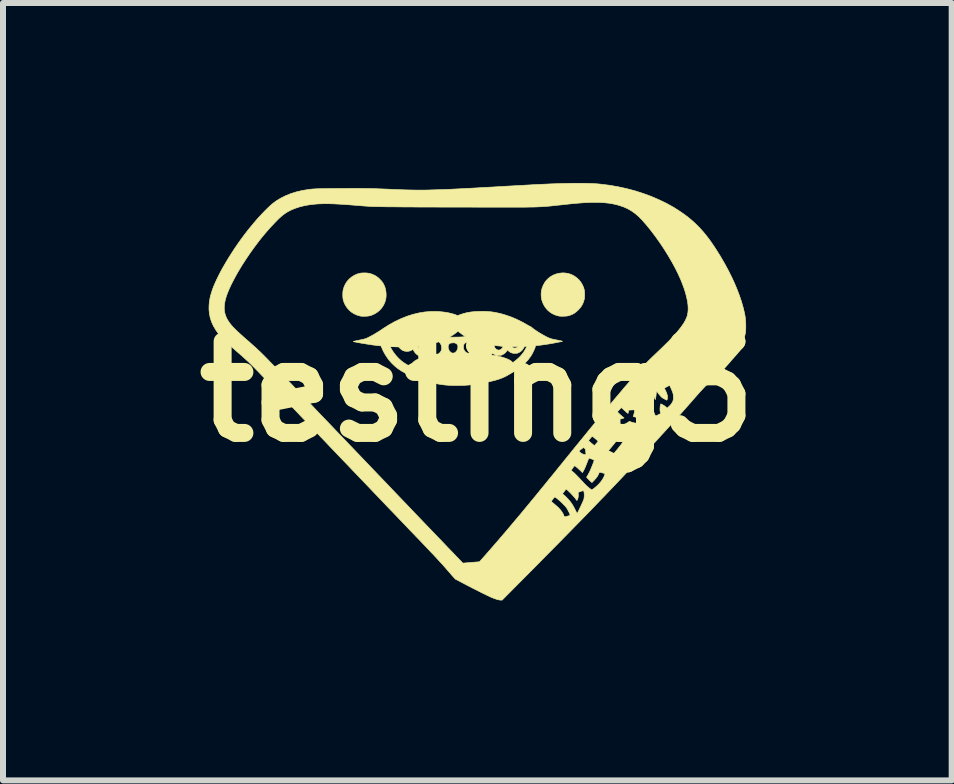
<source format=kicad_pcb>
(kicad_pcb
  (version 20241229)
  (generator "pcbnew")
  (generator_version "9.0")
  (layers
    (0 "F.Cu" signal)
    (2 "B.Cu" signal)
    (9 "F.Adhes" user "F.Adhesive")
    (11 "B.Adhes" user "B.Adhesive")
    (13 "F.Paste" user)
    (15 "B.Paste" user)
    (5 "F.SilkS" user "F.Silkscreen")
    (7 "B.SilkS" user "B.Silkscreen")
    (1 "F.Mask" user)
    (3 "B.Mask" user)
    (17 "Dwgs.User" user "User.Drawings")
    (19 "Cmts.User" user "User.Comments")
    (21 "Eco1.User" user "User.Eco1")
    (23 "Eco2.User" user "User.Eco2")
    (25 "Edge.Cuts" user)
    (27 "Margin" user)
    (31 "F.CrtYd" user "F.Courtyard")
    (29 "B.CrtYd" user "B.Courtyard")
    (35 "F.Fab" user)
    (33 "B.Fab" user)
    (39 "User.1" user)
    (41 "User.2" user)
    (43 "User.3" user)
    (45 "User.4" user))
  (footprint "testing3"
    (layer "F.Cu")
    (at 4.906 3.476)
    (property "Reference" "testing3" (at 0 0 0) (layer "F.SilkS") (effects (font (size 1.524 1.524) (thickness 0.3))))
    (attr through_hole)
    (fp_poly (pts (xy 1.464 -1.976) (xy 1.515 -1.968) (xy 1.564 -1.952) (xy 1.61 -1.929) (xy 1.652 -1.9) (xy 1.691 -1.865) (xy 1.724 -1.824) (xy 1.751 -1.78) (xy 1.772 -1.731) (xy 1.783 -1.691) (xy 1.786 -1.669) (xy 1.788 -1.642) (xy 1.788 -1.612) (xy 1.787 -1.582) (xy 1.785 -1.555) (xy 1.781 -1.533) (xy 1.78 -1.531) (xy 1.766 -1.485) (xy 1.748 -1.446) (xy 1.725 -1.409) (xy 1.696 -1.374) (xy 1.681 -1.359) (xy 1.648 -1.329) (xy 1.616 -1.305) (xy 1.583 -1.287) (xy 1.546 -1.272) (xy 1.517 -1.263) (xy 1.5 -1.26) (xy 1.477 -1.257) (xy 1.451 -1.256) (xy 1.423 -1.255) (xy 1.397 -1.255) (xy 1.375 -1.256) (xy 1.361 -1.258) (xy 1.308 -1.272) (xy 1.259 -1.293) (xy 1.215 -1.32) (xy 1.176 -1.352) (xy 1.143 -1.389) (xy 1.115 -1.43) (xy 1.093 -1.473) (xy 1.076 -1.52) (xy 1.066 -1.568) (xy 1.063 -1.617) (xy 1.066 -1.667) (xy 1.077 -1.716) (xy 1.095 -1.765) (xy 1.12 -1.812) (xy 1.143 -1.845) (xy 1.18 -1.884) (xy 1.221 -1.916) (xy 1.267 -1.942) (xy 1.317 -1.961) (xy 1.37 -1.973) (xy 1.426 -1.978) (xy 1.464 -1.976)) (stroke (width 0.01) (type solid)) (fill yes) (layer "F.SilkS"))
    (fp_poly (pts (xy -1.863 -1.977) (xy -1.832 -1.975) (xy -1.806 -1.971) (xy -1.804 -1.971) (xy -1.753 -1.956) (xy -1.704 -1.933) (xy -1.659 -1.903) (xy -1.631 -1.878) (xy -1.593 -1.837) (xy -1.564 -1.793) (xy -1.542 -1.746) (xy -1.528 -1.695) (xy -1.521 -1.641) (xy -1.521 -1.635) (xy -1.52 -1.595) (xy -1.523 -1.561) (xy -1.529 -1.529) (xy -1.539 -1.496) (xy -1.541 -1.489) (xy -1.563 -1.44) (xy -1.592 -1.396) (xy -1.627 -1.356) (xy -1.668 -1.322) (xy -1.714 -1.294) (xy -1.763 -1.272) (xy -1.783 -1.265) (xy -1.808 -1.26) (xy -1.838 -1.256) (xy -1.871 -1.255) (xy -1.904 -1.254) (xy -1.935 -1.256) (xy -1.958 -1.26) (xy -2.011 -1.276) (xy -2.06 -1.299) (xy -2.104 -1.328) (xy -2.144 -1.364) (xy -2.178 -1.405) (xy -2.206 -1.451) (xy -2.227 -1.5) (xy -2.238 -1.541) (xy -2.241 -1.566) (xy -2.243 -1.596) (xy -2.243 -1.629) (xy -2.241 -1.66) (xy -2.238 -1.688) (xy -2.237 -1.692) (xy -2.222 -1.743) (xy -2.2 -1.791) (xy -2.172 -1.835) (xy -2.137 -1.874) (xy -2.097 -1.908) (xy -2.053 -1.936) (xy -2.006 -1.958) (xy -1.955 -1.972) (xy -1.95 -1.973) (xy -1.925 -1.976) (xy -1.895 -1.977) (xy -1.863 -1.977)) (stroke (width 0.01) (type solid)) (fill yes) (layer "F.SilkS"))
    (fp_poly (pts (xy 0.17 -1.334) (xy 0.231 -1.329) (xy 0.291 -1.32) (xy 0.354 -1.307) (xy 0.396 -1.297) (xy 0.48 -1.272) (xy 0.566 -1.242) (xy 0.651 -1.206) (xy 0.735 -1.165) (xy 0.813 -1.122) (xy 0.832 -1.111) (xy 0.852 -1.099) (xy 0.87 -1.09) (xy 0.875 -1.088) (xy 0.893 -1.078) (xy 0.911 -1.065) (xy 0.921 -1.057) (xy 0.939 -1.042) (xy 0.963 -1.025) (xy 0.992 -1.006) (xy 1.024 -0.985) (xy 1.059 -0.964) (xy 1.094 -0.944) (xy 1.128 -0.925) (xy 1.16 -0.908) (xy 1.171 -0.903) (xy 1.187 -0.896) (xy 1.2 -0.89) (xy 1.214 -0.885) (xy 1.228 -0.88) (xy 1.245 -0.876) (xy 1.267 -0.871) (xy 1.294 -0.865) (xy 1.317 -0.861) (xy 1.345 -0.855) (xy 1.37 -0.85) (xy 1.391 -0.846) (xy 1.406 -0.842) (xy 1.416 -0.84) (xy 1.418 -0.84) (xy 1.418 -0.838) (xy 1.417 -0.837) (xy 1.412 -0.835) (xy 1.404 -0.833) (xy 1.391 -0.83) (xy 1.372 -0.827) (xy 1.348 -0.822) (xy 1.315 -0.816) (xy 1.302 -0.813) (xy 1.249 -0.803) (xy 1.196 -0.794) (xy 1.144 -0.786) (xy 1.095 -0.779) (xy 1.05 -0.773) (xy 1.012 -0.769) (xy 1.003 -0.768) (xy 0.971 -0.765) (xy 0.964 -0.739) (xy 0.956 -0.717) (xy 0.945 -0.691) (xy 0.931 -0.662) (xy 0.917 -0.633) (xy 0.901 -0.606) (xy 0.889 -0.587) (xy 0.842 -0.524) (xy 0.787 -0.466) (xy 0.725 -0.412) (xy 0.656 -0.361) (xy 0.604 -0.329) (xy 0.583 -0.317) (xy 0.562 -0.305) (xy 0.544 -0.294) (xy 0.532 -0.287) (xy 0.492 -0.264) (xy 0.45 -0.243) (xy 0.406 -0.224) (xy 0.358 -0.206) (xy 0.305 -0.19) (xy 0.247 -0.175) (xy 0.182 -0.16) (xy 0.112 -0.146) (xy 0.023 -0.13) (xy -0.061 -0.118) (xy -0.142 -0.109) (xy -0.222 -0.103) (xy -0.302 -0.101) (xy -0.385 -0.101) (xy -0.428 -0.102) (xy -0.487 -0.105) (xy -0.545 -0.11) (xy -0.6 -0.117) (xy -0.656 -0.126) (xy -0.713 -0.137) (xy -0.773 -0.152) (xy -0.836 -0.169) (xy -0.904 -0.19) (xy -0.969 -0.211) (xy -1.055 -0.242) (xy -1.133 -0.274) (xy -1.203 -0.308) (xy -1.267 -0.344) (xy -1.325 -0.383) (xy -1.377 -0.425) (xy -1.425 -0.471) (xy -1.469 -0.52) (xy -1.489 -0.547) (xy -1.511 -0.578) (xy -1.533 -0.612) (xy -1.554 -0.648) (xy -1.572 -0.683) (xy -1.587 -0.716) (xy -1.598 -0.744) (xy -1.599 -0.747) (xy -1.6 -0.749) (xy -1.452 -0.749) (xy -1.438 -0.72) (xy -1.414 -0.679) (xy -1.384 -0.636) (xy -1.35 -0.594) (xy -1.313 -0.554) (xy -1.275 -0.519) (xy -1.238 -0.489) (xy -1.234 -0.487) (xy -1.214 -0.474) (xy -1.193 -0.46) (xy -1.172 -0.448) (xy -1.152 -0.436) (xy -1.136 -0.427) (xy -1.123 -0.421) (xy -1.115 -0.418) (xy -1.113 -0.418) (xy -1.111 -0.424) (xy -1.107 -0.435) (xy -1.105 -0.44) (xy -1.1 -0.454) (xy -1.09 -0.467) (xy -1.075 -0.484) (xy -1.074 -0.485) (xy -1.052 -0.504) (xy -1.027 -0.521) (xy -0.997 -0.536) (xy -0.962 -0.55) (xy -0.921 -0.564) (xy -0.873 -0.577) (xy -0.863 -0.579) (xy -0.801 -0.595) (xy -0.814 -0.611) (xy 0.225 -0.611) (xy 0.283 -0.601) (xy 0.342 -0.59) (xy 0.397 -0.578) (xy 0.446 -0.563) (xy 0.489 -0.548) (xy 0.526 -0.531) (xy 0.556 -0.514) (xy 0.577 -0.496) (xy 0.577 -0.496) (xy 0.583 -0.49) (xy 0.588 -0.487) (xy 0.593 -0.486) (xy 0.6 -0.489) (xy 0.609 -0.495) (xy 0.623 -0.506) (xy 0.642 -0.521) (xy 0.647 -0.525) (xy 0.688 -0.56) (xy 0.724 -0.597) (xy 0.757 -0.637) (xy 0.762 -0.644) (xy 0.773 -0.659) (xy 0.784 -0.677) (xy 0.796 -0.696) (xy 0.806 -0.715) (xy 0.814 -0.731) (xy 0.82 -0.743) (xy 0.821 -0.749) (xy 0.817 -0.752) (xy 0.806 -0.753) (xy 0.803 -0.753) (xy 0.794 -0.752) (xy 0.787 -0.749) (xy 0.781 -0.742) (xy 0.774 -0.73) (xy 0.771 -0.726) (xy 0.749 -0.693) (xy 0.722 -0.668) (xy 0.694 -0.651) (xy 0.68 -0.644) (xy 0.669 -0.64) (xy 0.657 -0.638) (xy 0.641 -0.637) (xy 0.627 -0.637) (xy 0.606 -0.637) (xy 0.591 -0.639) (xy 0.579 -0.642) (xy 0.566 -0.647) (xy 0.56 -0.649) (xy 0.544 -0.658) (xy 0.528 -0.669) (xy 0.518 -0.677) (xy 0.502 -0.694) (xy 0.491 -0.676) (xy 0.471 -0.651) (xy 0.446 -0.63) (xy 0.42 -0.614) (xy 0.407 -0.609) (xy 0.395 -0.606) (xy 0.381 -0.604) (xy 0.363 -0.603) (xy 0.355 -0.603) (xy 0.336 -0.603) (xy 0.322 -0.604) (xy 0.31 -0.607) (xy 0.298 -0.612) (xy 0.284 -0.619) (xy 0.253 -0.635) (xy 0.239 -0.623) (xy 0.225 -0.611) (xy -0.814 -0.611) (xy -0.816 -0.614) (xy -0.843 -0.6) (xy -0.856 -0.594) (xy -0.866 -0.59) (xy -0.877 -0.587) (xy -0.892 -0.587) (xy -0.912 -0.586) (xy -0.932 -0.587) (xy -0.947 -0.588) (xy -0.959 -0.59) (xy -0.97 -0.594) (xy -0.979 -0.598) (xy -1.008 -0.617) (xy -1.034 -0.642) (xy -1.055 -0.671) (xy -1.058 -0.677) (xy -1.065 -0.689) (xy -1.07 -0.699) (xy -1.073 -0.703) (xy -1.073 -0.703) (xy -1.077 -0.701) (xy -1.086 -0.695) (xy -1.091 -0.692) (xy -1.119 -0.678) (xy -1.151 -0.671) (xy -1.185 -0.67) (xy -1.217 -0.675) (xy -1.246 -0.686) (xy -1.272 -0.704) (xy -1.288 -0.719) (xy -1.312 -0.744) (xy -1.452 -0.749) (xy -1.6 -0.749) (xy -1.6 -0.751) (xy -0.991 -0.751) (xy -0.988 -0.741) (xy -0.982 -0.728) (xy -0.974 -0.713) (xy -0.964 -0.7) (xy -0.958 -0.693) (xy -0.939 -0.68) (xy -0.918 -0.674) (xy -0.898 -0.675) (xy -0.886 -0.679) (xy -0.875 -0.686) (xy -0.864 -0.696) (xy -0.861 -0.699) (xy -0.854 -0.707) (xy -0.85 -0.716) (xy -0.848 -0.724) (xy -0.757 -0.724) (xy -0.752 -0.694) (xy -0.74 -0.667) (xy -0.73 -0.652) (xy -0.71 -0.634) (xy -0.69 -0.624) (xy -0.669 -0.623) (xy -0.65 -0.628) (xy -0.637 -0.637) (xy -0.007 -0.637) (xy -0.006 -0.632) (xy 0.002 -0.631) (xy 0.006 -0.631) (xy 0.021 -0.631) (xy 0.003 -0.656) (xy -0.003 -0.647) (xy -0.007 -0.637) (xy -0.637 -0.637) (xy -0.635 -0.638) (xy -0.62 -0.654) (xy -0.607 -0.674) (xy -0.598 -0.694) (xy -0.594 -0.723) (xy -0.596 -0.752) (xy -0.597 -0.754) (xy -0.486 -0.754) (xy -0.486 -0.732) (xy -0.48 -0.708) (xy -0.471 -0.686) (xy -0.456 -0.666) (xy -0.437 -0.649) (xy -0.434 -0.647) (xy -0.417 -0.641) (xy -0.397 -0.641) (xy -0.377 -0.647) (xy -0.365 -0.655) (xy -0.348 -0.673) (xy -0.334 -0.697) (xy -0.326 -0.723) (xy -0.324 -0.744) (xy -0.324 -0.744) (xy -0.233 -0.744) (xy -0.229 -0.713) (xy -0.218 -0.686) (xy -0.2 -0.663) (xy -0.184 -0.65) (xy -0.164 -0.641) (xy -0.143 -0.64) (xy -0.121 -0.648) (xy -0.111 -0.655) (xy -0.093 -0.674) (xy -0.08 -0.698) (xy -0.072 -0.726) (xy -0.07 -0.745) (xy -0.073 -0.772) (xy -0.075 -0.776) (xy 0.055 -0.776) (xy 0.059 -0.749) (xy 0.068 -0.723) (xy 0.083 -0.701) (xy 0.101 -0.685) (xy 0.122 -0.676) (xy 0.142 -0.674) (xy 0.162 -0.68) (xy 0.167 -0.683) (xy 0.179 -0.691) (xy 0.189 -0.7) (xy 0.191 -0.703) (xy 0.195 -0.709) (xy 0.197 -0.716) (xy 0.195 -0.725) (xy 0.193 -0.737) (xy 0.189 -0.752) (xy 0.187 -0.765) (xy 0.187 -0.767) (xy 0.277 -0.767) (xy 0.28 -0.759) (xy 0.282 -0.753) (xy 0.294 -0.728) (xy 0.31 -0.709) (xy 0.329 -0.697) (xy 0.35 -0.691) (xy 0.372 -0.693) (xy 0.385 -0.699) (xy 0.397 -0.706) (xy 0.409 -0.718) (xy 0.419 -0.73) (xy 0.426 -0.741) (xy 0.427 -0.746) (xy 0.579 -0.746) (xy 0.579 -0.744) (xy 0.58 -0.743) (xy 0.599 -0.73) (xy 0.62 -0.725) (xy 0.642 -0.727) (xy 0.659 -0.735) (xy 0.669 -0.741) (xy 0.676 -0.746) (xy 0.677 -0.747) (xy 0.673 -0.748) (xy 0.663 -0.749) (xy 0.647 -0.749) (xy 0.627 -0.749) (xy 0.626 -0.749) (xy 0.604 -0.749) (xy 0.59 -0.749) (xy 0.582 -0.748) (xy 0.579 -0.746) (xy 0.427 -0.746) (xy 0.428 -0.748) (xy 0.427 -0.749) (xy 0.426 -0.751) (xy 0.422 -0.752) (xy 0.415 -0.754) (xy 0.404 -0.755) (xy 0.387 -0.757) (xy 0.364 -0.76) (xy 0.337 -0.762) (xy 0.317 -0.764) (xy 0.3 -0.766) (xy 0.288 -0.768) (xy 0.283 -0.769) (xy 0.278 -0.77) (xy 0.277 -0.767) (xy 0.187 -0.767) (xy 0.186 -0.771) (xy 0.184 -0.781) (xy 0.177 -0.785) (xy 0.169 -0.787) (xy 0.155 -0.79) (xy 0.137 -0.794) (xy 0.116 -0.799) (xy 0.114 -0.8) (xy 0.091 -0.805) (xy 0.074 -0.808) (xy 0.064 -0.809) (xy 0.059 -0.808) (xy 0.058 -0.807) (xy 0.057 -0.801) (xy 0.055 -0.788) (xy 0.055 -0.776) (xy -0.075 -0.776) (xy -0.083 -0.793) (xy -0.099 -0.809) (xy -0.12 -0.819) (xy -0.147 -0.822) (xy -0.177 -0.82) (xy -0.2 -0.811) (xy -0.217 -0.797) (xy -0.228 -0.777) (xy -0.232 -0.752) (xy -0.233 -0.744) (xy -0.324 -0.744) (xy -0.326 -0.766) (xy -0.333 -0.782) (xy -0.346 -0.795) (xy -0.36 -0.804) (xy -0.372 -0.809) (xy -0.383 -0.812) (xy -0.398 -0.812) (xy -0.411 -0.812) (xy -0.428 -0.81) (xy -0.444 -0.808) (xy -0.454 -0.804) (xy -0.455 -0.804) (xy -0.471 -0.792) (xy -0.481 -0.775) (xy -0.486 -0.754) (xy -0.597 -0.754) (xy -0.605 -0.78) (xy -0.619 -0.805) (xy -0.629 -0.815) (xy -0.643 -0.829) (xy -0.689 -0.815) (xy -0.734 -0.802) (xy -0.744 -0.782) (xy -0.754 -0.754) (xy -0.757 -0.724) (xy -0.848 -0.724) (xy -0.847 -0.726) (xy -0.846 -0.742) (xy -0.845 -0.747) (xy -0.843 -0.78) (xy -0.855 -0.778) (xy -0.864 -0.776) (xy -0.878 -0.774) (xy -0.897 -0.771) (xy -0.915 -0.768) (xy -0.942 -0.765) (xy -0.961 -0.762) (xy -0.975 -0.76) (xy -0.983 -0.758) (xy -0.988 -0.756) (xy -0.99 -0.754) (xy -0.991 -0.752) (xy -0.991 -0.751) (xy -1.6 -0.751) (xy -1.603 -0.76) (xy -1.686 -0.769) (xy -1.715 -0.773) (xy -1.747 -0.777) (xy -1.782 -0.782) (xy -1.819 -0.788) (xy -1.857 -0.794) (xy -1.894 -0.8) (xy -1.93 -0.806) (xy -1.964 -0.812) (xy -1.995 -0.817) (xy -2.022 -0.823) (xy -2.043 -0.827) (xy -2.058 -0.831) (xy -2.066 -0.833) (xy -2.067 -0.834) (xy -2.064 -0.836) (xy -2.054 -0.839) (xy -2.038 -0.842) (xy -2.017 -0.847) (xy -1.992 -0.852) (xy -1.978 -0.855) (xy -1.949 -0.861) (xy -1.922 -0.867) (xy -1.896 -0.873) (xy -1.876 -0.878) (xy -1.861 -0.883) (xy -1.858 -0.883) (xy -1.833 -0.894) (xy -1.811 -0.905) (xy -0.464 -0.905) (xy -0.349 -0.908) (xy -0.318 -0.908) (xy -0.288 -0.909) (xy -0.262 -0.91) (xy -0.24 -0.912) (xy -0.224 -0.913) (xy -0.216 -0.913) (xy -0.197 -0.917) (xy -0.218 -0.929) (xy -0.229 -0.936) (xy -0.246 -0.947) (xy -0.264 -0.961) (xy -0.281 -0.974) (xy -0.324 -1.006) (xy -0.343 -0.989) (xy -0.354 -0.981) (xy -0.369 -0.969) (xy -0.388 -0.955) (xy -0.409 -0.942) (xy -0.413 -0.939) (xy -0.464 -0.905) (xy -1.811 -0.905) (xy -1.801 -0.91) (xy -1.765 -0.929) (xy -1.725 -0.951) (xy -1.683 -0.977) (xy -1.639 -1.004) (xy -1.594 -1.033) (xy -1.573 -1.048) (xy -1.474 -1.111) (xy -1.374 -1.167) (xy -1.274 -1.214) (xy -1.173 -1.255) (xy -1.072 -1.287) (xy -0.971 -1.311) (xy -0.871 -1.327) (xy -0.771 -1.335) (xy -0.672 -1.335) (xy -0.646 -1.334) (xy -0.587 -1.328) (xy -0.53 -1.321) (xy -0.475 -1.311) (xy -0.425 -1.299) (xy -0.38 -1.286) (xy -0.354 -1.276) (xy -0.329 -1.266) (xy -0.289 -1.281) (xy -0.232 -1.3) (xy -0.172 -1.315) (xy -0.108 -1.326) (xy -0.04 -1.333) (xy 0.035 -1.336) (xy 0.036 -1.336) (xy 0.106 -1.337) (xy 0.17 -1.334)) (stroke (width 0.01) (type solid)) (fill yes) (layer "F.SilkS"))
    (fp_poly (pts (xy 1.758 -3.471) (xy 1.814 -3.47) (xy 1.864 -3.469) (xy 1.911 -3.467) (xy 1.955 -3.465) (xy 1.998 -3.462) (xy 2.042 -3.458) (xy 2.06 -3.456) (xy 2.205 -3.438) (xy 2.348 -3.413) (xy 2.49 -3.382) (xy 2.63 -3.345) (xy 2.766 -3.301) (xy 2.898 -3.253) (xy 3.025 -3.198) (xy 3.148 -3.139) (xy 3.264 -3.075) (xy 3.353 -3.019) (xy 3.431 -2.966) (xy 3.504 -2.912) (xy 3.573 -2.855) (xy 3.638 -2.796) (xy 3.7 -2.734) (xy 3.761 -2.667) (xy 3.82 -2.595) (xy 3.879 -2.517) (xy 3.938 -2.432) (xy 3.983 -2.363) (xy 4.053 -2.251) (xy 4.118 -2.139) (xy 4.179 -2.027) (xy 4.235 -1.916) (xy 4.286 -1.806) (xy 4.331 -1.698) (xy 4.371 -1.593) (xy 4.405 -1.491) (xy 4.433 -1.392) (xy 4.455 -1.298) (xy 4.462 -1.257) (xy 4.467 -1.225) (xy 4.47 -1.187) (xy 4.473 -1.147) (xy 4.474 -1.106) (xy 4.474 -1.066) (xy 4.473 -1.029) (xy 4.471 -0.997) (xy 4.468 -0.977) (xy 4.457 -0.926) (xy 4.441 -0.874) (xy 4.419 -0.822) (xy 4.39 -0.767) (xy 4.355 -0.71) (xy 4.348 -0.7) (xy 4.322 -0.663) (xy 4.296 -0.626) (xy 4.267 -0.588) (xy 4.235 -0.549) (xy 4.201 -0.509) (xy 4.163 -0.466) (xy 4.12 -0.42) (xy 4.073 -0.37) (xy 4.021 -0.315) (xy 3.984 -0.277) (xy 3.939 -0.232) (xy 3.9 -0.192) (xy 3.866 -0.157) (xy 3.835 -0.126) (xy 3.809 -0.099) (xy 3.785 -0.074) (xy 3.764 -0.052) (xy 3.745 -0.031) (xy 3.727 -0.012) (xy 3.71 0.007) (xy 3.693 0.026) (xy 3.675 0.046) (xy 3.657 0.067) (xy 3.647 0.078) (xy 3.522 0.221) (xy 3.391 0.369) (xy 3.254 0.522) (xy 3.112 0.678) (xy 2.966 0.838) (xy 2.816 1) (xy 2.663 1.165) (xy 2.506 1.332) (xy 2.489 1.35) (xy 2.416 1.428) (xy 2.342 1.506) (xy 2.268 1.584) (xy 2.193 1.662) (xy 2.118 1.741) (xy 2.041 1.82) (xy 1.963 1.902) (xy 1.883 1.985) (xy 1.8 2.07) (xy 1.715 2.157) (xy 1.627 2.247) (xy 1.536 2.34) (xy 1.441 2.437) (xy 1.343 2.537) (xy 1.24 2.641) (xy 1.132 2.75) (xy 1.02 2.864) (xy 0.903 2.982) (xy 0.78 3.106) (xy 0.708 3.178) (xy 0.413 3.476) (xy 0.385 3.476) (xy 0.362 3.473) (xy 0.334 3.467) (xy 0.315 3.461) (xy 0.293 3.453) (xy 0.267 3.444) (xy 0.241 3.433) (xy 0.226 3.427) (xy 0.207 3.418) (xy 0.182 3.406) (xy 0.15 3.391) (xy 0.113 3.373) (xy 0.073 3.353) (xy 0.029 3.331) (xy -0.018 3.307) (xy -0.066 3.283) (xy -0.114 3.258) (xy -0.163 3.233) (xy -0.211 3.208) (xy -0.231 3.197) (xy -0.367 3.126) (xy -0.407 3.082) (xy -0.42 3.068) (xy -0.437 3.048) (xy -0.457 3.024) (xy -0.48 2.998) (xy -0.505 2.97) (xy -0.53 2.941) (xy -0.542 2.927) (xy -0.562 2.904) (xy -0.587 2.876) (xy -0.617 2.844) (xy -0.65 2.808) (xy -0.685 2.77) (xy -0.722 2.73) (xy -0.76 2.69) (xy -0.798 2.65) (xy -0.835 2.611) (xy -0.836 2.61) (xy -0.877 2.567) (xy -0.915 2.527) (xy -0.952 2.488) (xy -0.988 2.451) (xy -1.023 2.415) (xy -1.057 2.379) (xy -1.091 2.344) (xy -1.124 2.31) (xy -1.157 2.275) (xy -1.191 2.239) (xy -1.226 2.203) (xy -1.261 2.166) (xy -1.298 2.128) (xy -1.336 2.088) (xy -1.376 2.046) (xy -1.418 2.002) (xy -1.463 1.956) (xy -1.51 1.907) (xy -1.56 1.854) (xy -1.613 1.799) (xy -1.67 1.739) (xy -1.731 1.676) (xy -1.795 1.608) (xy -1.864 1.536) (xy -1.938 1.459) (xy -2.017 1.377) (xy -2.101 1.289) (xy -2.19 1.195) (xy -2.21 1.175) (xy -2.328 1.052) (xy -2.44 0.935) (xy -2.546 0.823) (xy -2.647 0.718) (xy -2.743 0.618) (xy -2.833 0.523) (xy -2.919 0.434) (xy -2.999 0.349) (xy -3.075 0.27) (xy -3.146 0.196) (xy -3.213 0.126) (xy -3.276 0.061) (xy -3.334 0.000375) (xy -3.388 -0.056) (xy -3.438 -0.108) (xy -3.484 -0.157) (xy -3.527 -0.201) (xy -3.566 -0.242) (xy -3.602 -0.279) (xy -3.634 -0.313) (xy -3.663 -0.343) (xy -3.674 -0.354) (xy -3.721 -0.402) (xy -3.766 -0.447) (xy -3.811 -0.491) (xy -3.859 -0.535) (xy -3.909 -0.58) (xy -3.965 -0.63) (xy -3.967 -0.631) (xy -4.023 -0.68) (xy -4.074 -0.725) (xy -4.119 -0.766) (xy -4.159 -0.802) (xy -4.194 -0.835) (xy -4.225 -0.866) (xy -4.253 -0.894) (xy -4.277 -0.92) (xy -4.299 -0.946) (xy -4.319 -0.97) (xy -4.337 -0.994) (xy -4.354 -1.018) (xy -4.361 -1.029) (xy -4.4 -1.095) (xy -4.431 -1.163) (xy -4.453 -1.233) (xy -4.467 -1.304) (xy -4.473 -1.376) (xy -4.472 -1.416) (xy -4.218 -1.416) (xy -4.218 -1.369) (xy -4.212 -1.323) (xy -4.201 -1.28) (xy -4.185 -1.237) (xy -4.164 -1.196) (xy -4.137 -1.155) (xy -4.113 -1.123) (xy -4.091 -1.096) (xy -4.063 -1.066) (xy -4.03 -1.033) (xy -3.992 -0.996) (xy -3.947 -0.955) (xy -3.897 -0.91) (xy -3.859 -0.876) (xy -3.807 -0.832) (xy -3.762 -0.791) (xy -3.721 -0.755) (xy -3.684 -0.722) (xy -3.651 -0.69) (xy -3.619 -0.661) (xy -3.589 -0.631) (xy -3.559 -0.602) (xy -3.533 -0.575) (xy -3.523 -0.565) (xy -3.512 -0.554) (xy -3.499 -0.541) (xy -3.485 -0.526) (xy -3.469 -0.509) (xy -3.45 -0.49) (xy -3.43 -0.469) (xy -3.407 -0.446) (xy -3.382 -0.42) (xy -3.355 -0.391) (xy -3.324 -0.359) (xy -3.291 -0.324) (xy -3.254 -0.286) (xy -3.215 -0.245) (xy -3.172 -0.2) (xy -3.125 -0.152) (xy -3.075 -0.099) (xy -3.021 -0.043) (xy -2.963 0.018) (xy -2.901 0.083) (xy -2.834 0.152) (xy -2.763 0.226) (xy -2.688 0.305) (xy -2.608 0.389) (xy -2.522 0.478) (xy -2.432 0.572) (xy -2.337 0.672) (xy -2.236 0.777) (xy -2.13 0.888) (xy -2.018 1.005) (xy -1.985 1.039) (xy -1.867 1.163) (xy -1.751 1.284) (xy -1.639 1.401) (xy -1.53 1.515) (xy -1.425 1.625) (xy -1.323 1.732) (xy -1.225 1.834) (xy -1.131 1.932) (xy -1.041 2.027) (xy -0.955 2.116) (xy -0.873 2.202) (xy -0.796 2.282) (xy -0.723 2.358) (xy -0.655 2.429) (xy -0.592 2.494) (xy -0.534 2.555) (xy -0.482 2.61) (xy -0.434 2.659) (xy -0.392 2.703) (xy -0.356 2.741) (xy -0.327 2.771) (xy -0.241 2.86) (xy -0.102 2.848) (xy 0.036 2.837) (xy 0.052 2.818) (xy 0.065 2.804) (xy 0.083 2.784) (xy 0.105 2.759) (xy 0.131 2.73) (xy 0.159 2.698) (xy 0.189 2.663) (xy 0.221 2.627) (xy 0.253 2.59) (xy 0.285 2.553) (xy 0.317 2.516) (xy 0.347 2.482) (xy 0.374 2.45) (xy 0.386 2.436) (xy 0.434 2.38) (xy 0.481 2.325) (xy 0.528 2.27) (xy 0.575 2.214) (xy 0.622 2.158) (xy 0.67 2.101) (xy 0.72 2.042) (xy 0.77 1.981) (xy 0.822 1.918) (xy 0.877 1.852) (xy 0.894 1.831) (xy 1.233 1.831) (xy 1.237 1.836) (xy 1.246 1.844) (xy 1.259 1.855) (xy 1.275 1.868) (xy 1.278 1.871) (xy 1.321 1.907) (xy 1.357 1.941) (xy 1.387 1.974) (xy 1.411 2.007) (xy 1.431 2.041) (xy 1.446 2.077) (xy 1.449 2.084) (xy 1.451 2.087) (xy 1.454 2.088) (xy 1.462 2.087) (xy 1.473 2.085) (xy 1.492 2.08) (xy 1.497 2.078) (xy 1.515 2.073) (xy 1.53 2.069) (xy 1.541 2.066) (xy 1.544 2.064) (xy 1.545 2.058) (xy 1.542 2.046) (xy 1.535 2.03) (xy 1.527 2.01) (xy 1.516 1.99) (xy 1.505 1.968) (xy 1.493 1.948) (xy 1.481 1.931) (xy 1.469 1.916) (xy 1.453 1.899) (xy 1.434 1.879) (xy 1.414 1.859) (xy 1.392 1.838) (xy 1.37 1.818) (xy 1.349 1.8) (xy 1.329 1.783) (xy 1.313 1.771) (xy 1.3 1.762) (xy 1.291 1.758) (xy 1.289 1.758) (xy 1.285 1.762) (xy 1.276 1.771) (xy 1.266 1.783) (xy 1.256 1.797) (xy 1.246 1.811) (xy 1.238 1.822) (xy 1.234 1.83) (xy 1.233 1.831) (xy 0.894 1.831) (xy 0.934 1.783) (xy 0.994 1.71) (xy 0.999 1.704) (xy 1.419 1.704) (xy 1.434 1.716) (xy 1.472 1.75) (xy 1.509 1.788) (xy 1.545 1.83) (xy 1.576 1.872) (xy 1.577 1.873) (xy 1.585 1.887) (xy 1.597 1.907) (xy 1.61 1.93) (xy 1.623 1.955) (xy 1.629 1.967) (xy 1.64 1.989) (xy 1.649 2.007) (xy 1.657 2.021) (xy 1.662 2.03) (xy 1.664 2.032) (xy 1.666 2.028) (xy 1.672 2.018) (xy 1.68 2.002) (xy 1.69 1.981) (xy 1.702 1.957) (xy 1.715 1.929) (xy 1.717 1.925) (xy 1.731 1.896) (xy 1.744 1.868) (xy 1.756 1.842) (xy 1.765 1.82) (xy 1.772 1.803) (xy 1.776 1.792) (xy 1.779 1.772) (xy 1.781 1.75) (xy 1.782 1.726) (xy 1.781 1.703) (xy 1.779 1.683) (xy 1.775 1.666) (xy 1.771 1.656) (xy 1.767 1.652) (xy 1.761 1.653) (xy 1.749 1.656) (xy 1.733 1.661) (xy 1.719 1.666) (xy 1.7 1.673) (xy 1.688 1.678) (xy 1.681 1.682) (xy 1.679 1.686) (xy 1.679 1.69) (xy 1.68 1.691) (xy 1.683 1.706) (xy 1.683 1.727) (xy 1.682 1.749) (xy 1.678 1.772) (xy 1.673 1.79) (xy 1.667 1.803) (xy 1.663 1.812) (xy 1.66 1.816) (xy 1.657 1.813) (xy 1.65 1.804) (xy 1.64 1.791) (xy 1.636 1.785) (xy 1.626 1.772) (xy 1.612 1.756) (xy 1.594 1.736) (xy 1.575 1.715) (xy 1.555 1.694) (xy 1.535 1.674) (xy 1.517 1.657) (xy 1.502 1.643) (xy 1.492 1.635) (xy 1.478 1.626) (xy 1.419 1.704) (xy 0.999 1.704) (xy 1.056 1.633) (xy 1.123 1.552) (xy 1.193 1.465) (xy 1.268 1.374) (xy 1.315 1.316) (xy 1.562 1.316) (xy 1.578 1.327) (xy 1.597 1.342) (xy 1.616 1.358) (xy 1.636 1.378) (xy 1.659 1.401) (xy 1.685 1.428) (xy 1.716 1.461) (xy 1.723 1.469) (xy 1.745 1.492) (xy 1.766 1.515) (xy 1.786 1.536) (xy 1.804 1.554) (xy 1.817 1.568) (xy 1.825 1.575) (xy 1.844 1.591) (xy 1.863 1.607) (xy 1.88 1.62) (xy 1.894 1.63) (xy 1.904 1.637) (xy 1.908 1.638) (xy 1.913 1.636) (xy 1.923 1.629) (xy 1.936 1.62) (xy 1.941 1.616) (xy 1.979 1.585) (xy 2.015 1.552) (xy 2.047 1.517) (xy 2.074 1.482) (xy 2.095 1.449) (xy 2.099 1.442) (xy 2.106 1.428) (xy 2.113 1.412) (xy 2.119 1.396) (xy 2.124 1.382) (xy 2.127 1.372) (xy 2.128 1.368) (xy 2.123 1.367) (xy 2.113 1.364) (xy 2.098 1.359) (xy 2.082 1.355) (xy 2.065 1.35) (xy 2.05 1.346) (xy 2.039 1.344) (xy 2.034 1.343) (xy 2.034 1.343) (xy 2.032 1.347) (xy 2.029 1.357) (xy 2.026 1.363) (xy 2.009 1.4) (xy 1.984 1.437) (xy 1.95 1.475) (xy 1.949 1.477) (xy 1.91 1.517) (xy 1.887 1.497) (xy 1.872 1.483) (xy 1.856 1.466) (xy 1.842 1.452) (xy 1.82 1.427) (xy 1.836 1.403) (xy 1.844 1.389) (xy 1.854 1.37) (xy 1.865 1.349) (xy 1.874 1.332) (xy 1.881 1.315) (xy 1.891 1.294) (xy 1.9 1.27) (xy 1.911 1.245) (xy 1.921 1.22) (xy 1.93 1.197) (xy 1.937 1.176) (xy 1.943 1.16) (xy 1.947 1.149) (xy 1.947 1.146) (xy 1.944 1.142) (xy 1.934 1.137) (xy 1.92 1.13) (xy 1.904 1.124) (xy 1.888 1.118) (xy 1.873 1.114) (xy 1.863 1.111) (xy 1.859 1.112) (xy 1.856 1.117) (xy 1.851 1.128) (xy 1.844 1.145) (xy 1.836 1.165) (xy 1.83 1.181) (xy 1.816 1.216) (xy 1.805 1.245) (xy 1.795 1.268) (xy 1.786 1.288) (xy 1.777 1.306) (xy 1.767 1.324) (xy 1.767 1.324) (xy 1.752 1.351) (xy 1.711 1.311) (xy 1.693 1.295) (xy 1.675 1.278) (xy 1.658 1.264) (xy 1.645 1.253) (xy 1.635 1.245) (xy 1.627 1.24) (xy 1.621 1.239) (xy 1.615 1.242) (xy 1.608 1.25) (xy 1.598 1.264) (xy 1.586 1.281) (xy 1.562 1.316) (xy 1.315 1.316) (xy 1.347 1.276) (xy 1.431 1.173) (xy 1.439 1.162) (xy 1.533 1.047) (xy 1.578 0.991) (xy 1.693 0.991) (xy 1.702 1.002) (xy 1.722 1.022) (xy 1.746 1.037) (xy 1.773 1.047) (xy 1.794 1.05) (xy 1.806 1.049) (xy 1.811 1.048) (xy 1.811 1.043) (xy 1.81 1.04) (xy 1.809 1.032) (xy 1.807 1.017) (xy 1.807 1.016) (xy 2.158 1.016) (xy 2.17 1.026) (xy 2.192 1.044) (xy 2.207 1.057) (xy 2.219 1.066) (xy 2.226 1.071) (xy 2.231 1.074) (xy 2.233 1.075) (xy 2.233 1.075) (xy 2.237 1.072) (xy 2.246 1.064) (xy 2.258 1.051) (xy 2.272 1.035) (xy 2.282 1.024) (xy 2.321 0.978) (xy 2.353 0.938) (xy 2.38 0.904) (xy 2.395 0.885) (xy 2.406 0.869) (xy 2.418 0.851) (xy 2.429 0.833) (xy 2.439 0.817) (xy 2.447 0.804) (xy 2.451 0.795) (xy 2.451 0.793) (xy 2.448 0.79) (xy 2.438 0.783) (xy 2.424 0.775) (xy 2.409 0.767) (xy 2.367 0.745) (xy 2.36 0.757) (xy 2.346 0.779) (xy 2.331 0.802) (xy 2.315 0.825) (xy 2.297 0.849) (xy 2.276 0.876) (xy 2.251 0.906) (xy 2.222 0.941) (xy 2.2 0.967) (xy 2.158 1.016) (xy 1.807 1.016) (xy 1.806 1) (xy 1.805 0.995) (xy 1.804 0.978) (xy 1.801 0.966) (xy 1.798 0.958) (xy 1.793 0.952) (xy 1.788 0.947) (xy 1.778 0.939) (xy 1.771 0.934) (xy 1.77 0.933) (xy 1.765 0.936) (xy 1.756 0.943) (xy 1.742 0.952) (xy 1.73 0.962) (xy 1.693 0.991) (xy 1.578 0.991) (xy 1.621 0.938) (xy 1.705 0.835) (xy 1.719 0.818) (xy 1.854 0.818) (xy 1.857 0.822) (xy 1.865 0.829) (xy 1.877 0.84) (xy 1.892 0.853) (xy 1.907 0.866) (xy 1.922 0.878) (xy 1.936 0.889) (xy 1.946 0.897) (xy 1.951 0.901) (xy 1.952 0.901) (xy 1.956 0.897) (xy 1.963 0.889) (xy 1.974 0.877) (xy 1.979 0.87) (xy 1.991 0.856) (xy 2.001 0.844) (xy 2.008 0.835) (xy 2.01 0.833) (xy 2.011 0.83) (xy 2.01 0.826) (xy 2.006 0.82) (xy 1.997 0.812) (xy 1.984 0.8) (xy 1.966 0.786) (xy 1.949 0.771) (xy 1.934 0.759) (xy 1.922 0.751) (xy 1.915 0.746) (xy 1.914 0.746) (xy 1.91 0.75) (xy 1.902 0.758) (xy 1.891 0.77) (xy 1.88 0.783) (xy 1.87 0.796) (xy 1.861 0.808) (xy 1.855 0.815) (xy 1.854 0.818) (xy 1.719 0.818) (xy 1.784 0.738) (xy 1.845 0.663) (xy 2.605 0.663) (xy 2.605 0.667) (xy 2.609 0.676) (xy 2.615 0.69) (xy 2.623 0.705) (xy 2.631 0.721) (xy 2.638 0.735) (xy 2.644 0.745) (xy 2.647 0.749) (xy 2.647 0.749) (xy 2.653 0.747) (xy 2.664 0.742) (xy 2.678 0.735) (xy 2.688 0.73) (xy 2.704 0.721) (xy 2.723 0.71) (xy 2.744 0.698) (xy 2.763 0.686) (xy 2.782 0.675) (xy 2.797 0.666) (xy 2.809 0.658) (xy 2.815 0.654) (xy 2.815 0.653) (xy 2.813 0.65) (xy 2.807 0.641) (xy 2.799 0.628) (xy 2.79 0.613) (xy 2.78 0.599) (xy 2.772 0.586) (xy 2.765 0.576) (xy 2.762 0.572) (xy 2.759 0.574) (xy 2.749 0.579) (xy 2.735 0.587) (xy 2.718 0.598) (xy 2.717 0.598) (xy 2.696 0.611) (xy 2.673 0.624) (xy 2.652 0.637) (xy 2.639 0.643) (xy 2.624 0.652) (xy 2.613 0.658) (xy 2.606 0.662) (xy 2.605 0.663) (xy 1.845 0.663) (xy 1.859 0.646) (xy 1.931 0.558) (xy 1.999 0.476) (xy 2.063 0.397) (xy 2.112 0.338) (xy 2.335 0.338) (xy 2.338 0.343) (xy 2.346 0.351) (xy 2.358 0.363) (xy 2.372 0.376) (xy 2.388 0.391) (xy 2.404 0.405) (xy 2.419 0.418) (xy 2.426 0.424) (xy 2.445 0.44) (xy 2.428 0.447) (xy 2.413 0.452) (xy 2.397 0.456) (xy 2.395 0.456) (xy 2.379 0.458) (xy 2.379 0.556) (xy 2.406 0.553) (xy 2.425 0.551) (xy 2.446 0.545) (xy 2.457 0.542) (xy 2.473 0.535) (xy 2.492 0.524) (xy 2.509 0.514) (xy 2.536 0.496) (xy 2.554 0.504) (xy 2.574 0.511) (xy 2.598 0.518) (xy 2.625 0.524) (xy 2.638 0.527) (xy 2.649 0.53) (xy 2.654 0.534) (xy 2.654 0.535) (xy 2.658 0.539) (xy 2.669 0.542) (xy 2.683 0.544) (xy 2.701 0.545) (xy 2.719 0.547) (xy 2.731 0.549) (xy 2.75 0.551) (xy 2.766 0.484) (xy 2.771 0.462) (xy 2.775 0.443) (xy 2.779 0.428) (xy 2.78 0.419) (xy 2.78 0.417) (xy 2.776 0.417) (xy 2.765 0.418) (xy 2.748 0.42) (xy 2.729 0.424) (xy 2.728 0.424) (xy 2.698 0.428) (xy 2.673 0.43) (xy 2.651 0.429) (xy 2.631 0.425) (xy 2.615 0.421) (xy 2.596 0.414) (xy 2.604 0.396) (xy 2.608 0.385) (xy 2.611 0.37) (xy 2.615 0.352) (xy 2.618 0.335) (xy 2.62 0.32) (xy 2.62 0.31) (xy 2.619 0.306) (xy 2.614 0.306) (xy 2.603 0.306) (xy 2.586 0.306) (xy 2.568 0.307) (xy 2.519 0.31) (xy 2.519 0.326) (xy 2.518 0.34) (xy 2.515 0.353) (xy 2.515 0.354) (xy 2.51 0.365) (xy 2.493 0.351) (xy 2.482 0.342) (xy 2.468 0.329) (xy 2.451 0.314) (xy 2.438 0.302) (xy 2.401 0.267) (xy 2.368 0.301) (xy 2.355 0.315) (xy 2.344 0.327) (xy 2.337 0.335) (xy 2.335 0.338) (xy 2.112 0.338) (xy 2.125 0.322) (xy 2.185 0.251) (xy 2.241 0.182) (xy 2.296 0.116) (xy 2.35 0.053) (xy 2.401 -0.008) (xy 2.43 -0.042) (xy 2.738 -0.042) (xy 2.763 -0.016) (xy 2.78 0.004) (xy 2.796 0.026) (xy 2.813 0.051) (xy 2.829 0.079) (xy 2.845 0.111) (xy 2.863 0.149) (xy 2.881 0.193) (xy 2.902 0.244) (xy 2.906 0.254) (xy 2.922 0.294) (xy 2.935 0.327) (xy 2.946 0.353) (xy 2.954 0.373) (xy 2.961 0.388) (xy 2.966 0.398) (xy 2.969 0.404) (xy 2.972 0.406) (xy 2.972 0.406) (xy 2.978 0.405) (xy 2.989 0.4) (xy 3.003 0.393) (xy 3.015 0.387) (xy 3.032 0.379) (xy 3.045 0.372) (xy 3.053 0.367) (xy 3.056 0.366) (xy 3.055 0.362) (xy 3.053 0.352) (xy 3.05 0.345) (xy 3.046 0.327) (xy 3.044 0.303) (xy 3.045 0.276) (xy 3.047 0.248) (xy 3.05 0.224) (xy 3.055 0.208) (xy 3.059 0.207) (xy 3.069 0.21) (xy 3.082 0.216) (xy 3.097 0.225) (xy 3.113 0.235) (xy 3.128 0.245) (xy 3.141 0.256) (xy 3.142 0.257) (xy 3.162 0.276) (xy 3.182 0.259) (xy 3.212 0.231) (xy 3.235 0.204) (xy 3.252 0.176) (xy 3.253 0.174) (xy 3.259 0.16) (xy 3.263 0.147) (xy 3.266 0.132) (xy 3.267 0.114) (xy 3.267 0.103) (xy 3.268 0.08) (xy 3.267 0.063) (xy 3.264 0.046) (xy 3.26 0.027) (xy 3.258 0.021) (xy 3.253 0.007) (xy 3.246 -0.012) (xy 3.238 -0.031) (xy 3.229 -0.051) (xy 3.221 -0.07) (xy 3.213 -0.085) (xy 3.207 -0.096) (xy 3.203 -0.101) (xy 3.202 -0.102) (xy 3.198 -0.1) (xy 3.187 -0.095) (xy 3.173 -0.087) (xy 3.158 -0.079) (xy 3.117 -0.057) (xy 3.133 -0.024) (xy 3.152 0.017) (xy 3.164 0.054) (xy 3.17 0.086) (xy 3.169 0.113) (xy 3.165 0.129) (xy 3.158 0.144) (xy 3.128 0.129) (xy 3.105 0.117) (xy 3.087 0.106) (xy 3.072 0.095) (xy 3.058 0.081) (xy 3.043 0.063) (xy 3.03 0.048) (xy 3.017 0.031) (xy 3.006 0.016) (xy 2.997 0.005) (xy 2.993 -0.001) (xy 2.992 -0.002) (xy 2.988 -0.005) (xy 2.987 -0.004) (xy 2.986 0.001) (xy 2.984 0.012) (xy 2.982 0.029) (xy 2.98 0.05) (xy 2.978 0.064) (xy 2.975 0.092) (xy 2.972 0.113) (xy 2.969 0.127) (xy 2.966 0.133) (xy 2.964 0.133) (xy 2.961 0.126) (xy 2.956 0.113) (xy 2.947 0.094) (xy 2.936 0.071) (xy 2.924 0.047) (xy 2.911 0.023) (xy 2.898 0.001) (xy 2.888 -0.015) (xy 2.876 -0.033) (xy 2.862 -0.051) (xy 2.847 -0.069) (xy 2.833 -0.086) (xy 2.82 -0.099) (xy 2.809 -0.109) (xy 2.802 -0.114) (xy 2.801 -0.114) (xy 2.796 -0.111) (xy 2.788 -0.103) (xy 2.777 -0.09) (xy 2.767 -0.078) (xy 2.738 -0.042) (xy 2.43 -0.042) (xy 2.452 -0.068) (xy 2.457 -0.074) (xy 2.506 -0.131) (xy 2.55 -0.182) (xy 2.589 -0.229) (xy 2.626 -0.27) (xy 2.66 -0.309) (xy 2.692 -0.345) (xy 2.722 -0.378) (xy 2.752 -0.41) (xy 2.783 -0.442) (xy 2.814 -0.474) (xy 2.846 -0.507) (xy 2.881 -0.541) (xy 2.919 -0.578) (xy 2.961 -0.618) (xy 3.007 -0.662) (xy 3.05 -0.703) (xy 3.122 -0.773) (xy 3.188 -0.838) (xy 3.247 -0.9) (xy 3.299 -0.957) (xy 3.345 -1.011) (xy 3.385 -1.061) (xy 3.419 -1.108) (xy 3.448 -1.152) (xy 3.47 -1.193) (xy 3.488 -1.232) (xy 3.5 -1.268) (xy 3.501 -1.272) (xy 3.51 -1.321) (xy 3.514 -1.376) (xy 3.511 -1.437) (xy 3.503 -1.502) (xy 3.488 -1.572) (xy 3.469 -1.647) (xy 3.443 -1.727) (xy 3.412 -1.81) (xy 3.389 -1.867) (xy 3.345 -1.964) (xy 3.295 -2.064) (xy 3.239 -2.166) (xy 3.179 -2.269) (xy 3.114 -2.373) (xy 3.046 -2.475) (xy 2.976 -2.574) (xy 2.904 -2.67) (xy 2.831 -2.761) (xy 2.757 -2.846) (xy 2.744 -2.861) (xy 2.687 -2.919) (xy 2.628 -2.969) (xy 2.567 -3.012) (xy 2.502 -3.049) (xy 2.433 -3.079) (xy 2.358 -3.104) (xy 2.314 -3.116) (xy 2.255 -3.129) (xy 2.194 -3.139) (xy 2.129 -3.146) (xy 2.06 -3.151) (xy 1.986 -3.153) (xy 1.907 -3.153) (xy 1.821 -3.15) (xy 1.73 -3.144) (xy 1.631 -3.136) (xy 1.53 -3.126) (xy 1.477 -3.12) (xy 1.429 -3.115) (xy 1.384 -3.11) (xy 1.343 -3.106) (xy 1.305 -3.102) (xy 1.269 -3.098) (xy 1.235 -3.094) (xy 1.203 -3.091) (xy 1.173 -3.088) (xy 1.143 -3.086) (xy 1.113 -3.084) (xy 1.084 -3.082) (xy 1.054 -3.08) (xy 1.022 -3.079) (xy 0.99 -3.077) (xy 0.956 -3.076) (xy 0.919 -3.075) (xy 0.88 -3.075) (xy 0.838 -3.074) (xy 0.792 -3.073) (xy 0.742 -3.073) (xy 0.687 -3.073) (xy 0.628 -3.073) (xy 0.563 -3.073) (xy 0.493 -3.073) (xy 0.416 -3.073) (xy 0.333 -3.073) (xy 0.242 -3.073) (xy 0.144 -3.073) (xy 0.038 -3.073) (xy 0.023 -3.073) (xy -0.14 -3.074) (xy -0.295 -3.074) (xy -0.442 -3.074) (xy -0.58 -3.074) (xy -0.711 -3.075) (xy -0.834 -3.075) (xy -0.949 -3.075) (xy -1.056 -3.076) (xy -1.156 -3.077) (xy -1.249 -3.077) (xy -1.335 -3.078) (xy -1.413 -3.079) (xy -1.485 -3.079) (xy -1.549 -3.08) (xy -1.607 -3.081) (xy -1.659 -3.082) (xy -1.703 -3.083) (xy -1.742 -3.084) (xy -1.774 -3.085) (xy -1.801 -3.087) (xy -1.821 -3.088) (xy -1.822 -3.088) (xy -1.847 -3.09) (xy -1.879 -3.092) (xy -1.916 -3.095) (xy -1.956 -3.098) (xy -1.997 -3.102) (xy -2.038 -3.105) (xy -2.064 -3.107) (xy -2.154 -3.114) (xy -2.237 -3.12) (xy -2.313 -3.124) (xy -2.383 -3.128) (xy -2.447 -3.13) (xy -2.506 -3.131) (xy -2.562 -3.131) (xy -2.614 -3.129) (xy -2.663 -3.127) (xy -2.711 -3.123) (xy -2.757 -3.118) (xy -2.803 -3.112) (xy -2.834 -3.107) (xy -2.899 -3.094) (xy -2.963 -3.078) (xy -3.024 -3.058) (xy -3.081 -3.036) (xy -3.132 -3.012) (xy -3.133 -3.011) (xy -3.164 -2.994) (xy -3.192 -2.977) (xy -3.22 -2.957) (xy -3.248 -2.936) (xy -3.277 -2.911) (xy -3.308 -2.883) (xy -3.342 -2.849) (xy -3.374 -2.816) (xy -3.456 -2.729) (xy -3.538 -2.635) (xy -3.62 -2.535) (xy -3.7 -2.43) (xy -3.779 -2.321) (xy -3.854 -2.21) (xy -3.926 -2.099) (xy -3.993 -1.987) (xy -4.025 -1.93) (xy -4.069 -1.848) (xy -4.107 -1.773) (xy -4.139 -1.703) (xy -4.166 -1.638) (xy -4.187 -1.577) (xy -4.203 -1.52) (xy -4.213 -1.466) (xy -4.218 -1.416) (xy -4.472 -1.416) (xy -4.471 -1.449) (xy -4.466 -1.496) (xy -4.459 -1.539) (xy -4.451 -1.582) (xy -4.439 -1.625) (xy -4.424 -1.673) (xy -4.418 -1.692) (xy -4.395 -1.754) (xy -4.366 -1.821) (xy -4.332 -1.893) (xy -4.294 -1.969) (xy -4.252 -2.048) (xy -4.205 -2.129) (xy -4.156 -2.212) (xy -4.103 -2.296) (xy -4.048 -2.381) (xy -3.991 -2.464) (xy -3.932 -2.547) (xy -3.872 -2.628) (xy -3.862 -2.64) (xy -3.818 -2.697) (xy -3.771 -2.754) (xy -3.724 -2.811) (xy -3.676 -2.867) (xy -3.628 -2.92) (xy -3.581 -2.97) (xy -3.536 -3.017) (xy -3.493 -3.059) (xy -3.454 -3.096) (xy -3.423 -3.124) (xy -3.353 -3.177) (xy -3.277 -3.223) (xy -3.196 -3.264) (xy -3.109 -3.299) (xy -3.016 -3.328) (xy -2.917 -3.351) (xy -2.845 -3.363) (xy -2.824 -3.366) (xy -2.803 -3.369) (xy -2.783 -3.372) (xy -2.762 -3.374) (xy -2.74 -3.376) (xy -2.716 -3.377) (xy -2.69 -3.379) (xy -2.661 -3.38) (xy -2.628 -3.381) (xy -2.592 -3.382) (xy -2.55 -3.383) (xy -2.502 -3.383) (xy -2.449 -3.384) (xy -2.389 -3.384) (xy -2.322 -3.385) (xy -2.261 -3.385) (xy -2.185 -3.385) (xy -2.116 -3.386) (xy -2.054 -3.386) (xy -1.997 -3.386) (xy -1.945 -3.386) (xy -1.896 -3.385) (xy -1.849 -3.385) (xy -1.804 -3.384) (xy -1.759 -3.383) (xy -1.714 -3.382) (xy -1.667 -3.38) (xy -1.617 -3.378) (xy -1.563 -3.376) (xy -1.505 -3.374) (xy -1.44 -3.371) (xy -1.414 -3.369) (xy -1.356 -3.367) (xy -1.299 -3.365) (xy -1.245 -3.363) (xy -1.191 -3.361) (xy -1.139 -3.36) (xy -1.087 -3.359) (xy -1.034 -3.358) (xy -0.981 -3.358) (xy -0.927 -3.358) (xy -0.871 -3.358) (xy -0.814 -3.359) (xy -0.753 -3.361) (xy -0.69 -3.363) (xy -0.624 -3.365) (xy -0.554 -3.367) (xy -0.479 -3.37) (xy -0.4 -3.374) (xy -0.316 -3.378) (xy -0.226 -3.383) (xy -0.129 -3.388) (xy -0.027 -3.393) (xy 0.083 -3.4) (xy 0.2 -3.406) (xy 0.326 -3.413) (xy 0.339 -3.414) (xy 0.457 -3.421) (xy 0.568 -3.427) (xy 0.671 -3.433) (xy 0.767 -3.438) (xy 0.856 -3.443) (xy 0.939 -3.448) (xy 1.017 -3.452) (xy 1.089 -3.455) (xy 1.157 -3.458) (xy 1.221 -3.461) (xy 1.28 -3.463) (xy 1.337 -3.465) (xy 1.391 -3.467) (xy 1.442 -3.468) (xy 1.491 -3.469) (xy 1.539 -3.47) (xy 1.586 -3.471) (xy 1.633 -3.471) (xy 1.679 -3.471) (xy 1.695 -3.471) (xy 1.758 -3.471)) (stroke (width 0.01) (type solid)) (fill yes) (layer "F.SilkS")))
  (gr_rect
    (start -3 -3)
    (end 12.812 9.957)
    (stroke (width 0.1) (type default))
    (fill no)
    (layer "Edge.Cuts")))
</source>
